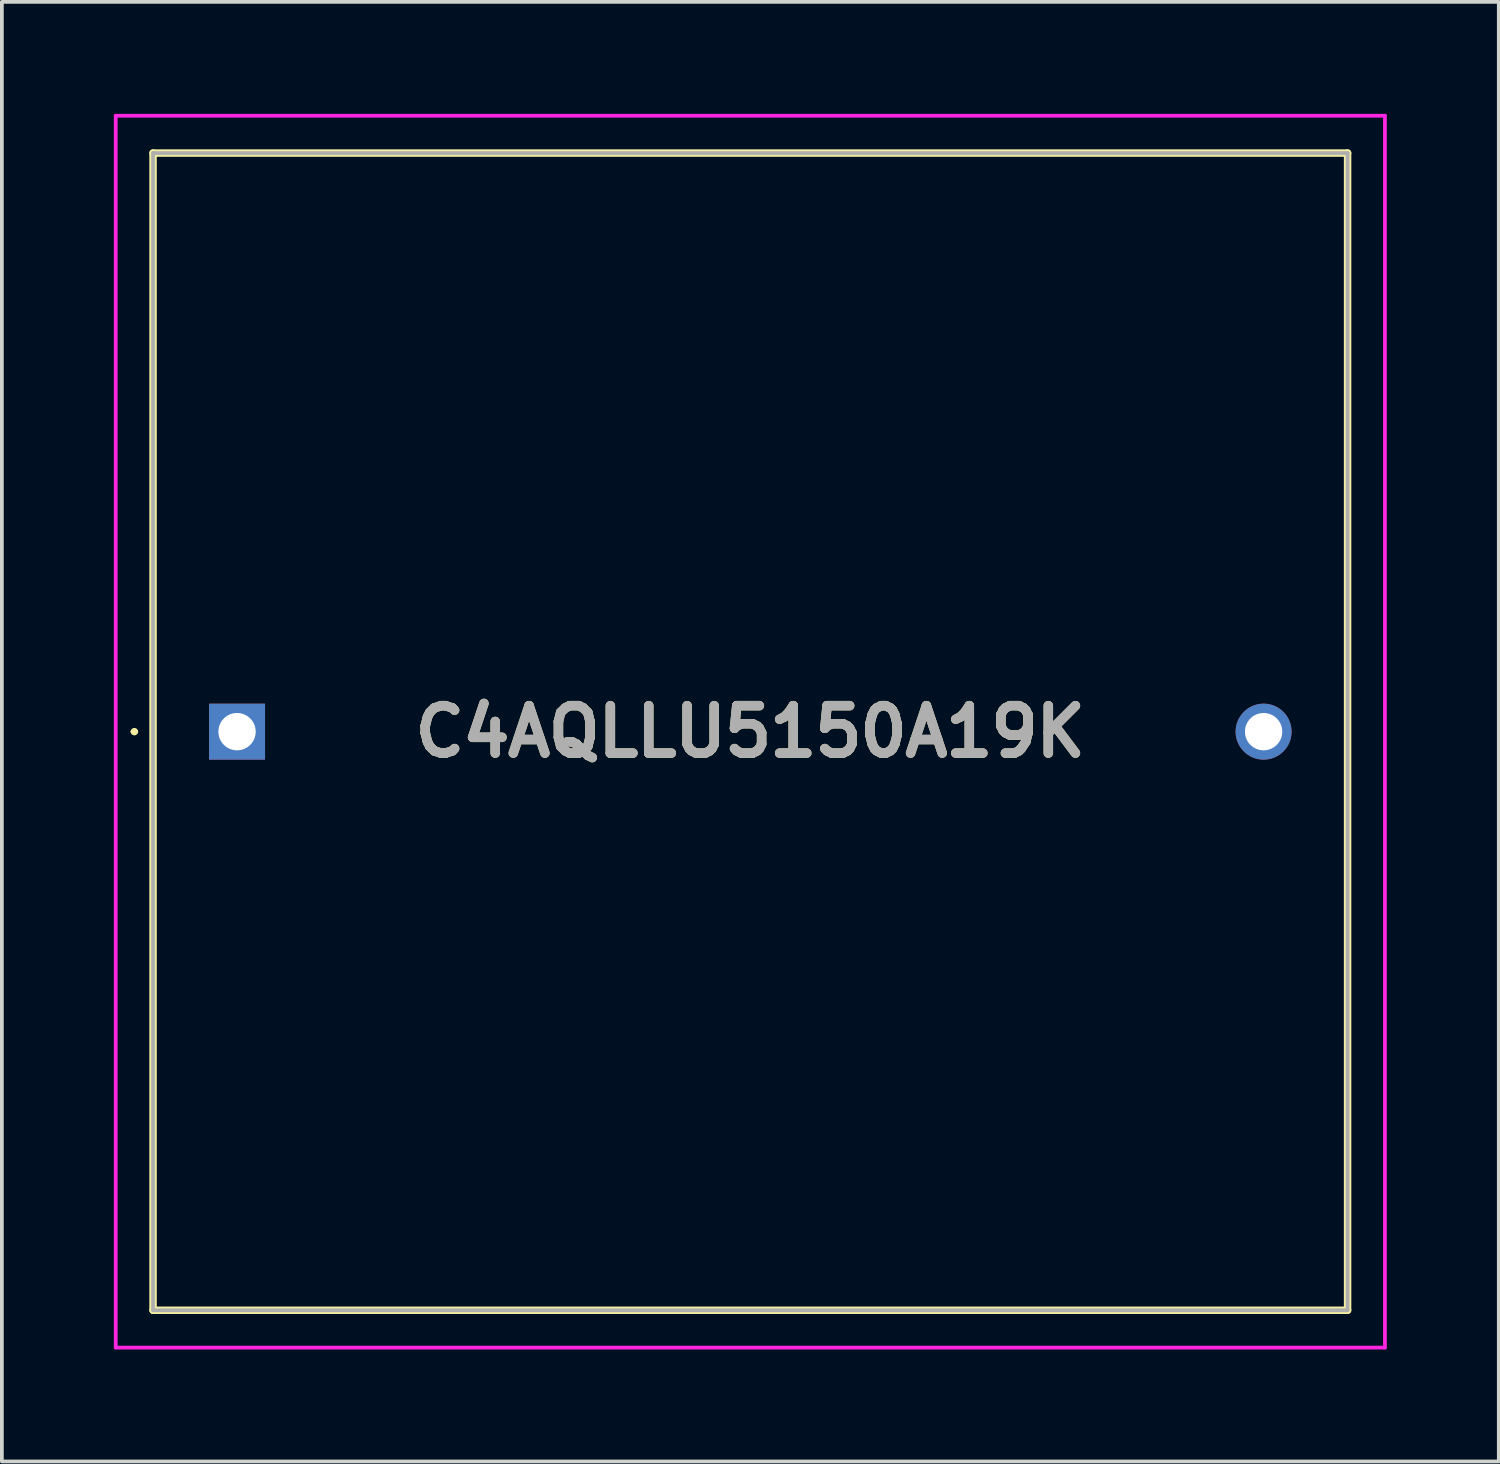
<source format=kicad_pcb>
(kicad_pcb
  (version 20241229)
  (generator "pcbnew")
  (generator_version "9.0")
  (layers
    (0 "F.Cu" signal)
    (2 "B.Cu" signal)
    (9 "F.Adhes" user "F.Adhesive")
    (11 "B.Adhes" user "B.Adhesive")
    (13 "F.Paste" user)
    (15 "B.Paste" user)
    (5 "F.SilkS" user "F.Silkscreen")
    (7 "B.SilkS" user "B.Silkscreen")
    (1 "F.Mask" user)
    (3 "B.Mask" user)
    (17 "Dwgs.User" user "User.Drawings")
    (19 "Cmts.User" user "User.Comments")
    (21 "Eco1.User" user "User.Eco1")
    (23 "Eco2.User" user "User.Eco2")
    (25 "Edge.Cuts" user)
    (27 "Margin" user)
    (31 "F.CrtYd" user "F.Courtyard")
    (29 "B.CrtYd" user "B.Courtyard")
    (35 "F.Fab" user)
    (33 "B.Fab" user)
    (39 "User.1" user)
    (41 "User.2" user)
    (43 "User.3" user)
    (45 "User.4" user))
  (footprint "C4AQLLU5150A19K"
    (layer "F.Cu")
    (at 3.3 16.55)
    (property "Reference" "C4AQLLU5150A19K" (at 13.75 0 0) (layer "F.SilkS") (effects (font (size 1.27 1.27) (thickness 0.254))))
    (attr through_hole)
    (fp_line (start -2.8 0) (end -2.8 0) (stroke (width 0.1) (type solid)) (layer "F.SilkS"))
    (fp_line (start -2.7 0) (end -2.7 0) (stroke (width 0.1) (type solid)) (layer "F.SilkS"))
    (fp_line (start -2.25 -15.5) (end 29.75 -15.5) (stroke (width 0.2) (type solid)) (layer "F.SilkS"))
    (fp_line (start -2.25 15.5) (end -2.25 -15.5) (stroke (width 0.2) (type solid)) (layer "F.SilkS"))
    (fp_line (start 29.75 -15.5) (end 29.75 15.5) (stroke (width 0.2) (type solid)) (layer "F.SilkS"))
    (fp_line (start 29.75 15.5) (end -2.25 15.5) (stroke (width 0.2) (type solid)) (layer "F.SilkS"))
    (fp_arc (start -2.8 0) (mid -2.75 -0.05) (end -2.7 0) (stroke (width 0.1) (type solid)) (layer "F.SilkS"))
    (fp_arc (start -2.7 0) (mid -2.75 0.05) (end -2.8 0) (stroke (width 0.1) (type solid)) (layer "F.SilkS"))
    (fp_line (start -3.25 -16.5) (end 30.75 -16.5) (stroke (width 0.1) (type solid)) (layer "F.CrtYd"))
    (fp_line (start -3.25 16.5) (end -3.25 -16.5) (stroke (width 0.1) (type solid)) (layer "F.CrtYd"))
    (fp_line (start 30.75 -16.5) (end 30.75 16.5) (stroke (width 0.1) (type solid)) (layer "F.CrtYd"))
    (fp_line (start 30.75 16.5) (end -3.25 16.5) (stroke (width 0.1) (type solid)) (layer "F.CrtYd"))
    (fp_line (start -2.25 -15.5) (end 29.75 -15.5) (stroke (width 0.1) (type solid)) (layer "F.Fab"))
    (fp_line (start -2.25 15.5) (end -2.25 -15.5) (stroke (width 0.1) (type solid)) (layer "F.Fab"))
    (fp_line (start 29.75 -15.5) (end 29.75 15.5) (stroke (width 0.1) (type solid)) (layer "F.Fab"))
    (fp_line (start 29.75 15.5) (end -2.25 15.5) (stroke (width 0.1) (type solid)) (layer "F.Fab"))
    (fp_text user "${REFERENCE}" (at 13.75 0 0) (layer "F.Fab") (effects (font (size 1.27 1.27) (thickness 0.254))))
    (pad "1" thru_hole rect (at 0 0) (size 1.5 1.5) (drill 1) (layers "*.Cu" "*.Mask"))
    (pad "2" thru_hole circle (at 27.5 0) (size 1.5 1.5) (drill 1) (layers "*.Cu" "*.Mask")))
  (gr_rect
    (start -3 -3)
    (end 37.1 36.1)
    (stroke (width 0.1) (type default))
    (fill no)
    (layer "Edge.Cuts")))
</source>
